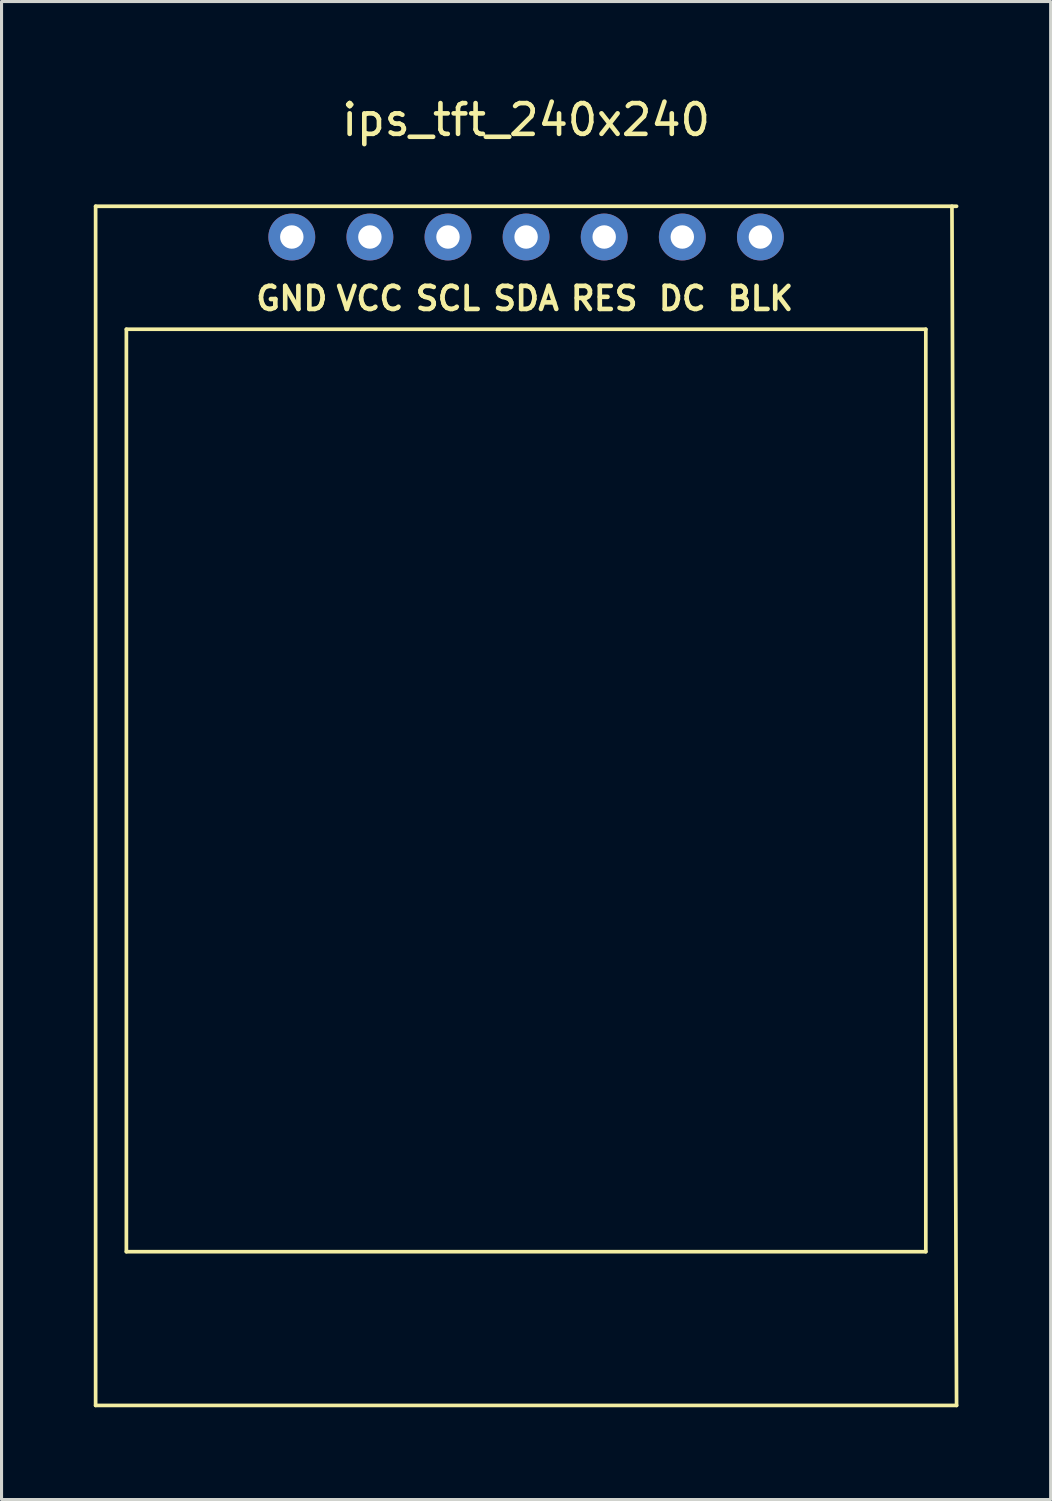
<source format=kicad_pcb>
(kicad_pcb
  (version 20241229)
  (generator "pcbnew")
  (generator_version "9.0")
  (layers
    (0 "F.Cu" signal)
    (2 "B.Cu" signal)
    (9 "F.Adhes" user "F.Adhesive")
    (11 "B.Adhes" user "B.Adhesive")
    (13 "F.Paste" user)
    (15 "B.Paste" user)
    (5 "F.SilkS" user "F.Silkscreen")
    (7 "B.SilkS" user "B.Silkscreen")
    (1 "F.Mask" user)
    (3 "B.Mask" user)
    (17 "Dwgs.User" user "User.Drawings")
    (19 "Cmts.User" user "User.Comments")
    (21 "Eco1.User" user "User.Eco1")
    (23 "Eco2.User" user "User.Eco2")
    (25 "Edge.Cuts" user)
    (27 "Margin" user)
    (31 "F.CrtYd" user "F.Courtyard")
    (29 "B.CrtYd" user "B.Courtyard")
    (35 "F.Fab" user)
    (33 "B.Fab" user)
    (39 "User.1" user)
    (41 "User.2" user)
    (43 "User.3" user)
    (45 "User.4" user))
  (footprint "ips_tft_240x240"
    (layer "F.Cu")
    (at 14.06 4.658)
    (property "Reference" "ips_tft_240x240" (at 0 -3.81 180) (layer "F.SilkS") (effects (font (size 1 1) (thickness 0.15))))
    (attr through_hole)
    (fp_line (start -14 -1) (end -14 38) (stroke (width 0.12) (type solid)) (layer "F.SilkS"))
    (fp_line (start -14 38) (end 14 38) (stroke (width 0.12) (type solid)) (layer "F.SilkS"))
    (fp_line (start -13 3) (end -13 33) (stroke (width 0.12) (type solid)) (layer "F.SilkS"))
    (fp_line (start -13 3) (end 13 3) (stroke (width 0.12) (type solid)) (layer "F.SilkS"))
    (fp_line (start -13 33) (end 13 33) (stroke (width 0.12) (type solid)) (layer "F.SilkS"))
    (fp_line (start 13 3) (end 13 33) (stroke (width 0.12) (type solid)) (layer "F.SilkS"))
    (fp_line (start 13.85 -1) (end 14 38) (stroke (width 0.12) (type solid)) (layer "F.SilkS"))
    (fp_line (start 14 -1) (end -14 -1) (stroke (width 0.12) (type solid)) (layer "F.SilkS"))
    (fp_text user "DC" (at 5.08 2 180) (layer "F.SilkS") (effects (font (size 0.75 0.75) (thickness 0.15))))
    (fp_text user "SDA" (at 0 2 180) (layer "F.SilkS") (effects (font (size 0.75 0.75) (thickness 0.15))))
    (fp_text user "VCC" (at -5.08 2 180) (layer "F.SilkS") (effects (font (size 0.75 0.75) (thickness 0.15))))
    (fp_text user "BLK" (at 7.62 2 180) (layer "F.SilkS") (effects (font (size 0.75 0.75) (thickness 0.15))))
    (fp_text user "GND" (at -7.62 2 180) (layer "F.SilkS") (effects (font (size 0.75 0.75) (thickness 0.15))))
    (fp_text user "SCL" (at -2.54 2 180) (layer "F.SilkS") (effects (font (size 0.75 0.75) (thickness 0.15))))
    (fp_text user "RES" (at 2.54 2 180) (layer "F.SilkS") (effects (font (size 0.75 0.75) (thickness 0.15))))
    (pad "1" thru_hole circle (at -7.62 0) (size 1.524 1.524) (drill 0.762) (layers "*.Cu" "*.Mask"))
    (pad "2" thru_hole circle (at -5.08 0) (size 1.524 1.524) (drill 0.762) (layers "*.Cu" "*.Mask"))
    (pad "3" thru_hole circle (at -2.54 0) (size 1.524 1.524) (drill 0.762) (layers "*.Cu" "*.Mask"))
    (pad "4" thru_hole circle (at 0 0) (size 1.524 1.524) (drill 0.762) (layers "*.Cu" "*.Mask"))
    (pad "5" thru_hole circle (at 2.54 0) (size 1.524 1.524) (drill 0.762) (layers "*.Cu" "*.Mask"))
    (pad "6" thru_hole circle (at 5.08 0) (size 1.524 1.524) (drill 0.762) (layers "*.Cu" "*.Mask"))
    (pad "7" thru_hole circle (at 7.62 0) (size 1.524 1.524) (drill 0.762) (layers "*.Cu" "*.Mask")))
  (gr_rect
    (start -3 -3)
    (end 31.12 45.718)
    (stroke (width 0.1) (type default))
    (fill no)
    (layer "Edge.Cuts")))
</source>
